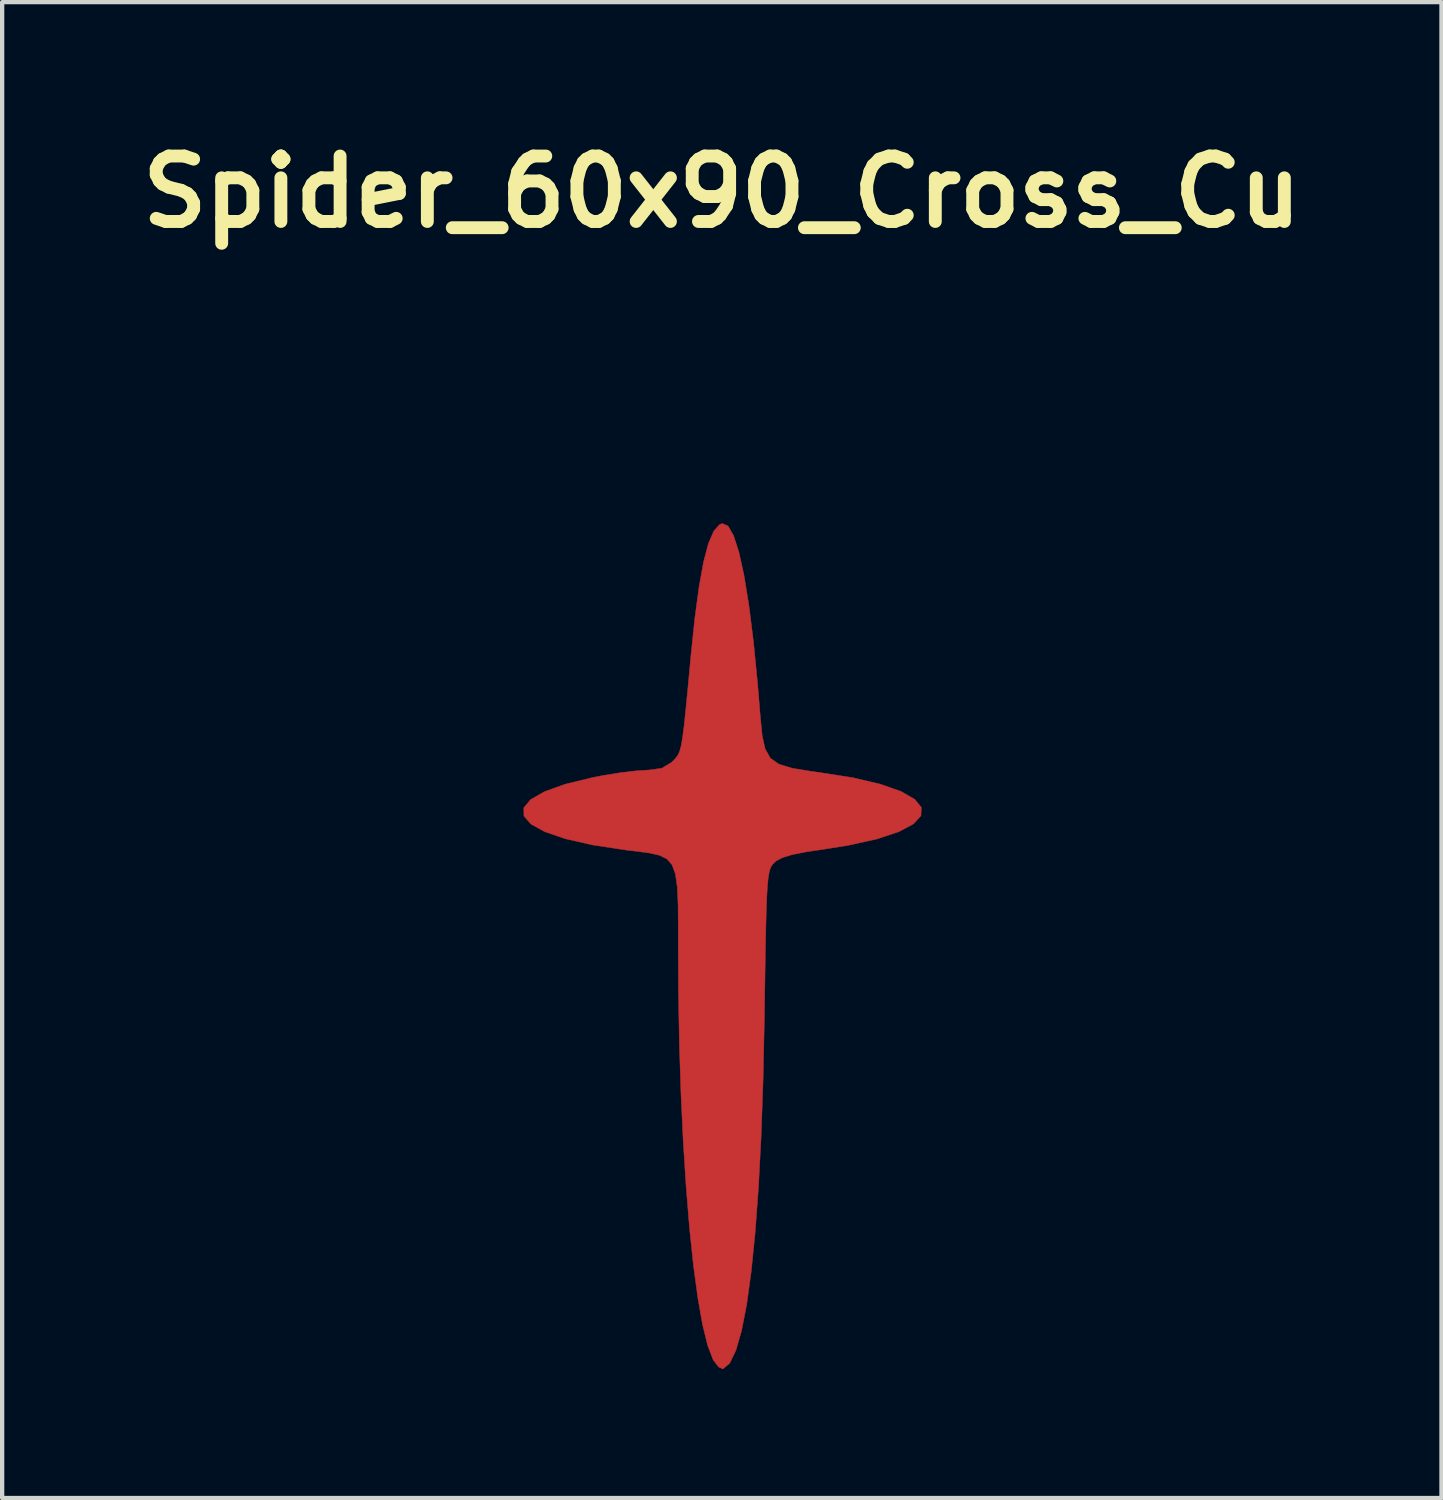
<source format=kicad_pcb>
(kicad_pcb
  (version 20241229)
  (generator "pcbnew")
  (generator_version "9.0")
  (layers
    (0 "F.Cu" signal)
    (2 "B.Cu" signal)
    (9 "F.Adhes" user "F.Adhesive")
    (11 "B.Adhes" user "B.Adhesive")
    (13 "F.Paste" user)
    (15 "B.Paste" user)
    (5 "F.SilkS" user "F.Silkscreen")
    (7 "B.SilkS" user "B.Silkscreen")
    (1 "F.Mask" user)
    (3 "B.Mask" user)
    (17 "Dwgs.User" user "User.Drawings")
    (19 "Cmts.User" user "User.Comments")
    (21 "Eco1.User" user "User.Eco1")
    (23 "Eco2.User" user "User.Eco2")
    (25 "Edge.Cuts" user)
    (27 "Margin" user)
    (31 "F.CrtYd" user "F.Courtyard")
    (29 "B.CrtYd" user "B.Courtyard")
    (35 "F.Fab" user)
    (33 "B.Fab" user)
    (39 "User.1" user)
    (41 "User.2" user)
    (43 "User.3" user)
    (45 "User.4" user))
  (footprint "Spider_60x90_Cross_Cu"
    (layer "F.Cu")
    (at 13.76 1.418)
    (property "Reference" "Spider_60x90_Cross_Cu" (at 0 0 0) (layer "F.SilkS") (effects (font (size 1.524 1.524) (thickness 0.3))))
    (attr through_hole)
    (fp_poly (pts (xy 0.144 7.781) (xy 0.273 8.004) (xy 0.397 8.388) (xy 0.516 8.928) (xy 0.629 9.621) (xy 0.735 10.462) (xy 0.832 11.446) (xy 0.896 12.221) (xy 0.939 12.659) (xy 1.008 12.973) (xy 1.129 13.187) (xy 1.331 13.329) (xy 1.64 13.423) (xy 2.083 13.495) (xy 2.248 13.517) (xy 3.052 13.643) (xy 3.695 13.794) (xy 4.175 13.963) (xy 4.492 14.146) (xy 4.647 14.336) (xy 4.637 14.529) (xy 4.463 14.719) (xy 4.124 14.9) (xy 3.62 15.068) (xy 2.95 15.217) (xy 2.436 15.299) (xy 1.965 15.37) (xy 1.633 15.436) (xy 1.41 15.504) (xy 1.266 15.582) (xy 1.218 15.623) (xy 1.174 15.672) (xy 1.137 15.733) (xy 1.107 15.822) (xy 1.083 15.955) (xy 1.063 16.149) (xy 1.047 16.419) (xy 1.034 16.783) (xy 1.022 17.255) (xy 1.011 17.852) (xy 1 18.591) (xy 0.991 19.225) (xy 0.961 20.674) (xy 0.915 21.995) (xy 0.853 23.183) (xy 0.776 24.235) (xy 0.684 25.145) (xy 0.579 25.909) (xy 0.459 26.522) (xy 0.327 26.98) (xy 0.183 27.278) (xy 0.026 27.412) (xy -0.076 27.366) (xy -0.193 27.212) (xy -0.207 27.187) (xy -0.332 26.858) (xy -0.45 26.375) (xy -0.56 25.751) (xy -0.661 25) (xy -0.752 24.138) (xy -0.831 23.177) (xy -0.898 22.134) (xy -0.951 21.02) (xy -0.989 19.852) (xy -1.01 18.643) (xy -1.015 17.816) (xy -1.015 17.127) (xy -1.019 16.587) (xy -1.039 16.178) (xy -1.083 15.879) (xy -1.16 15.671) (xy -1.281 15.534) (xy -1.454 15.449) (xy -1.69 15.396) (xy -1.998 15.355) (xy -2.228 15.328) (xy -3.015 15.208) (xy -3.648 15.064) (xy -4.126 14.9) (xy -4.447 14.722) (xy -4.609 14.535) (xy -4.612 14.343) (xy -4.453 14.152) (xy -4.131 13.967) (xy -3.645 13.793) (xy -2.993 13.635) (xy -2.736 13.586) (xy -2.363 13.527) (xy -2.001 13.484) (xy -1.726 13.465) (xy -1.711 13.465) (xy -1.401 13.423) (xy -1.174 13.288) (xy -1.146 13.261) (xy -1.08 13.193) (xy -1.027 13.124) (xy -0.984 13.033) (xy -0.947 12.898) (xy -0.913 12.699) (xy -0.877 12.415) (xy -0.836 12.025) (xy -0.786 11.509) (xy -0.724 10.845) (xy -0.724 10.837) (xy -0.63 9.937) (xy -0.531 9.199) (xy -0.426 8.618) (xy -0.312 8.187) (xy -0.188 7.899) (xy -0.052 7.748) (xy 0.011 7.723) (xy 0.144 7.781)) (stroke (width 0.01) (type solid)) (fill yes) (layer "F.Cu"))
    (fp_poly (pts (xy 0.144 7.781) (xy 0.273 8.004) (xy 0.397 8.388) (xy 0.516 8.928) (xy 0.629 9.621) (xy 0.735 10.462) (xy 0.832 11.446) (xy 0.896 12.221) (xy 0.939 12.659) (xy 1.008 12.973) (xy 1.129 13.187) (xy 1.331 13.329) (xy 1.64 13.423) (xy 2.083 13.495) (xy 2.248 13.517) (xy 3.052 13.643) (xy 3.695 13.794) (xy 4.175 13.963) (xy 4.492 14.146) (xy 4.647 14.336) (xy 4.637 14.529) (xy 4.463 14.719) (xy 4.124 14.9) (xy 3.62 15.068) (xy 2.95 15.217) (xy 2.436 15.299) (xy 1.965 15.37) (xy 1.633 15.436) (xy 1.41 15.504) (xy 1.266 15.582) (xy 1.218 15.623) (xy 1.174 15.672) (xy 1.137 15.733) (xy 1.107 15.822) (xy 1.083 15.955) (xy 1.063 16.149) (xy 1.047 16.419) (xy 1.034 16.783) (xy 1.022 17.255) (xy 1.011 17.852) (xy 1 18.591) (xy 0.991 19.225) (xy 0.961 20.674) (xy 0.915 21.995) (xy 0.853 23.183) (xy 0.776 24.235) (xy 0.684 25.145) (xy 0.579 25.909) (xy 0.459 26.522) (xy 0.327 26.98) (xy 0.183 27.278) (xy 0.026 27.412) (xy -0.076 27.366) (xy -0.193 27.212) (xy -0.207 27.187) (xy -0.332 26.858) (xy -0.45 26.375) (xy -0.56 25.751) (xy -0.661 25) (xy -0.752 24.138) (xy -0.831 23.177) (xy -0.898 22.134) (xy -0.951 21.02) (xy -0.989 19.852) (xy -1.01 18.643) (xy -1.015 17.816) (xy -1.015 17.127) (xy -1.019 16.587) (xy -1.039 16.178) (xy -1.083 15.879) (xy -1.16 15.671) (xy -1.281 15.534) (xy -1.454 15.449) (xy -1.69 15.396) (xy -1.998 15.355) (xy -2.228 15.328) (xy -3.015 15.208) (xy -3.648 15.064) (xy -4.126 14.9) (xy -4.447 14.722) (xy -4.609 14.535) (xy -4.612 14.343) (xy -4.453 14.152) (xy -4.131 13.967) (xy -3.645 13.793) (xy -2.993 13.635) (xy -2.736 13.586) (xy -2.363 13.527) (xy -2.001 13.484) (xy -1.726 13.465) (xy -1.711 13.465) (xy -1.401 13.423) (xy -1.174 13.288) (xy -1.146 13.261) (xy -1.08 13.193) (xy -1.027 13.124) (xy -0.984 13.033) (xy -0.947 12.898) (xy -0.913 12.699) (xy -0.877 12.415) (xy -0.836 12.025) (xy -0.786 11.509) (xy -0.724 10.845) (xy -0.724 10.837) (xy -0.63 9.937) (xy -0.531 9.199) (xy -0.426 8.618) (xy -0.312 8.187) (xy -0.188 7.899) (xy -0.052 7.748) (xy 0.011 7.723) (xy 0.144 7.781)) (stroke (width 0.01) (type solid)) (fill yes) (layer "F.Mask")))
  (gr_rect
    (start -3 -3)
    (end 30.519 31.835)
    (stroke (width 0.1) (type default))
    (fill no)
    (layer "Edge.Cuts")))
</source>
